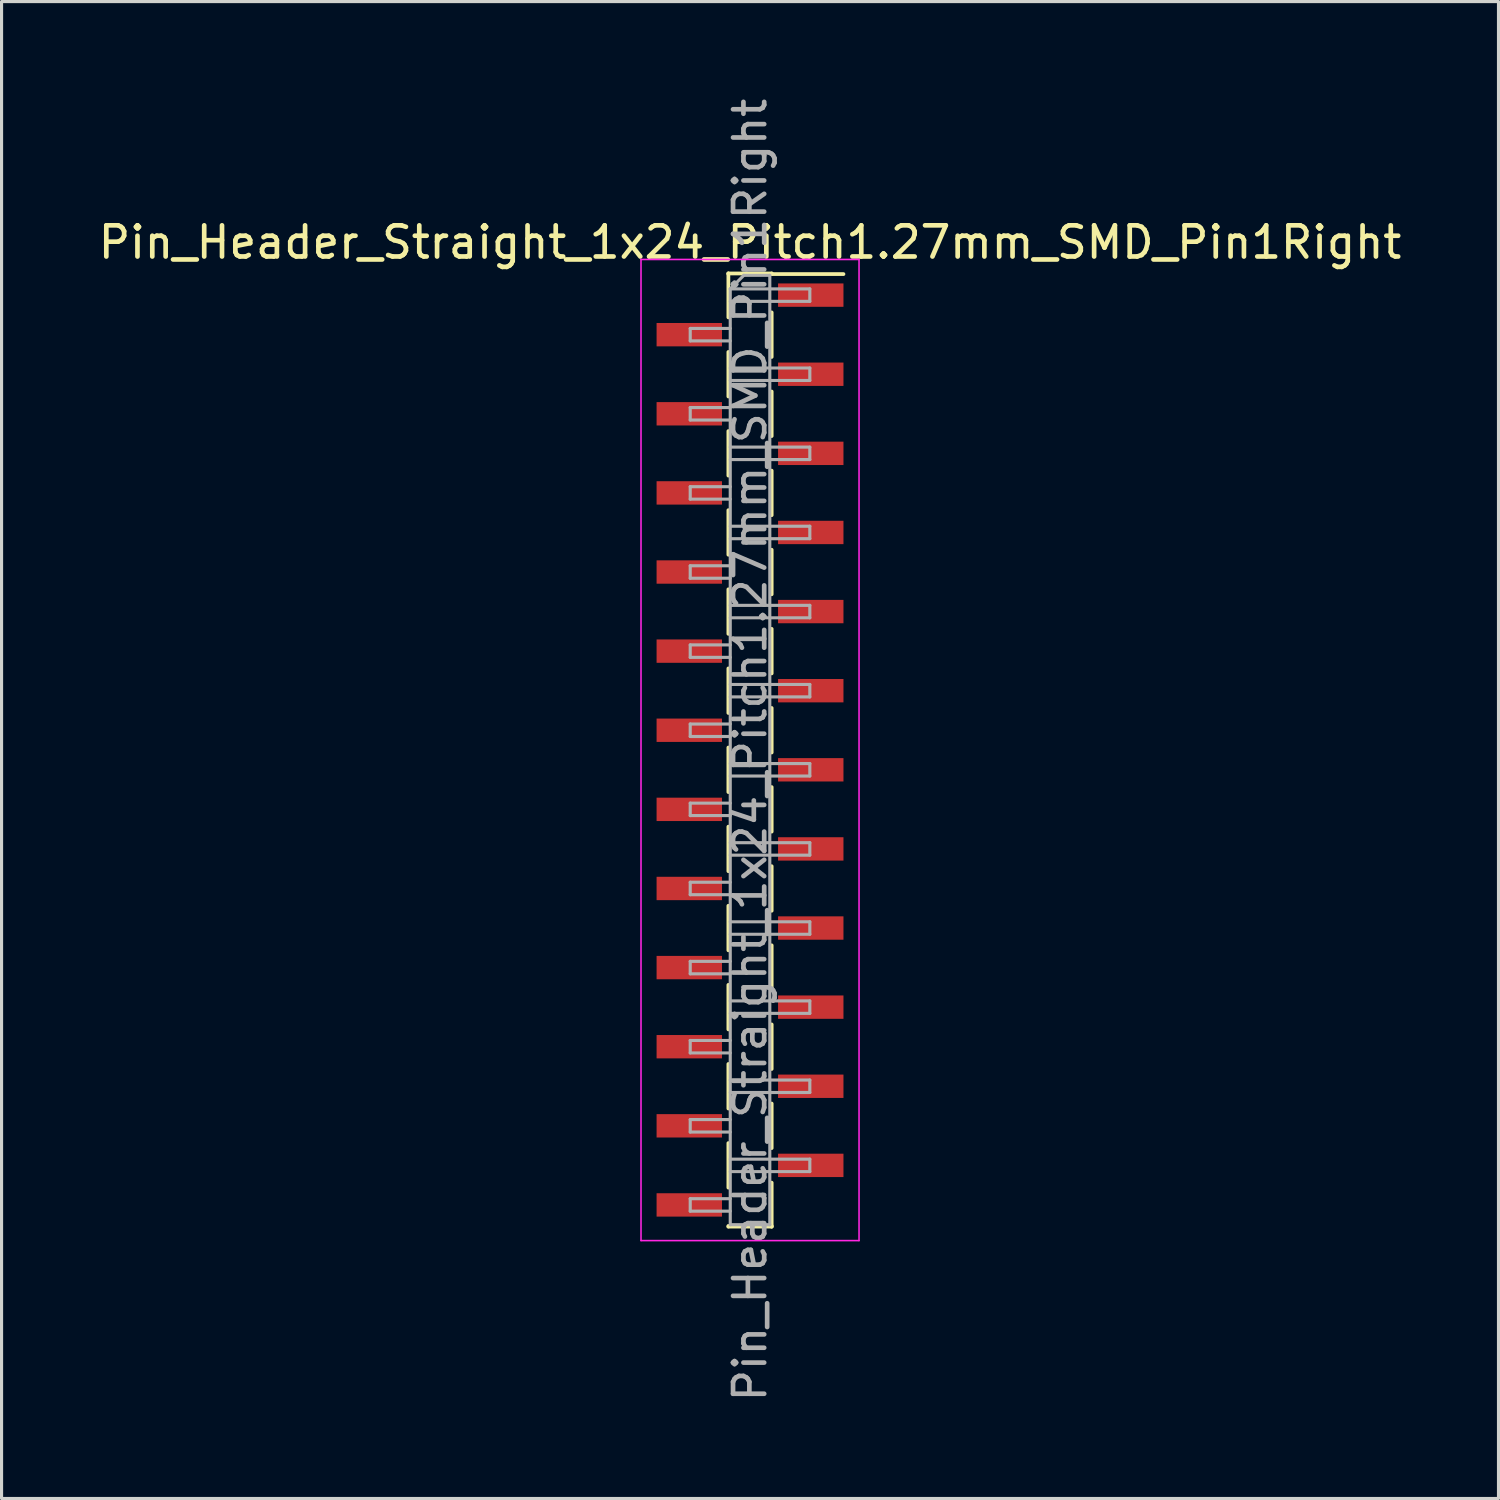
<source format=kicad_pcb>
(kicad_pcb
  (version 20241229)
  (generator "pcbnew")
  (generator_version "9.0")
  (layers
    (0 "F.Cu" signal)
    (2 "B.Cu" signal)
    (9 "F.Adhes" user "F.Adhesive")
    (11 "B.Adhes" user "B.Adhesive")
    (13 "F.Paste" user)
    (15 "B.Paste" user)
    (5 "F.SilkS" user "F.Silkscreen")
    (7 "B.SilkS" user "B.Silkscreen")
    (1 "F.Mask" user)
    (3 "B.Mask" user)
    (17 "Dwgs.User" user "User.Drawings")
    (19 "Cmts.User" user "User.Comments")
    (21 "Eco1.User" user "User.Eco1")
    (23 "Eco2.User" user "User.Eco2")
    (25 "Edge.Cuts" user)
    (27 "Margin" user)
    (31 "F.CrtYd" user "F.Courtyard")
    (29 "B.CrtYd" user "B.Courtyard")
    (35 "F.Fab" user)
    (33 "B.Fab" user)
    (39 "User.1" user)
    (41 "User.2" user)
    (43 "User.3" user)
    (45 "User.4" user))
  (footprint "Pin_Header_Straight_1x24_Pitch1.27mm_SMD_Pin1Right"
    (layer "F.Cu")
    (at 21.03 21.03)
    (property "Reference" "Pin_Header_Straight_1x24_Pitch1.27mm_SMD_Pin1Right" (at 0 -16.3 0) (layer "F.SilkS") (effects (font (size 1 1) (thickness 0.15))))
    (attr smd)
    (fp_line (start -0.695 -15.3) (end -0.695 -13.89) (stroke (width 0.12) (type solid)) (layer "F.SilkS"))
    (fp_line (start -0.695 -15.3) (end 0.695 -15.3) (stroke (width 0.12) (type solid)) (layer "F.SilkS"))
    (fp_line (start -0.695 -15.28) (end -0.695 -15.3) (stroke (width 0.12) (type solid)) (layer "F.SilkS"))
    (fp_line (start -0.695 -12.78) (end -0.695 -11.35) (stroke (width 0.12) (type solid)) (layer "F.SilkS"))
    (fp_line (start -0.695 -10.24) (end -0.695 -8.81) (stroke (width 0.12) (type solid)) (layer "F.SilkS"))
    (fp_line (start -0.695 -7.7) (end -0.695 -6.27) (stroke (width 0.12) (type solid)) (layer "F.SilkS"))
    (fp_line (start -0.695 -5.16) (end -0.695 -3.73) (stroke (width 0.12) (type solid)) (layer "F.SilkS"))
    (fp_line (start -0.695 -2.62) (end -0.695 -1.19) (stroke (width 0.12) (type solid)) (layer "F.SilkS"))
    (fp_line (start -0.695 -0.08) (end -0.695 1.35) (stroke (width 0.12) (type solid)) (layer "F.SilkS"))
    (fp_line (start -0.695 2.46) (end -0.695 3.89) (stroke (width 0.12) (type solid)) (layer "F.SilkS"))
    (fp_line (start -0.695 5) (end -0.695 6.43) (stroke (width 0.12) (type solid)) (layer "F.SilkS"))
    (fp_line (start -0.695 7.54) (end -0.695 8.97) (stroke (width 0.12) (type solid)) (layer "F.SilkS"))
    (fp_line (start -0.695 10.08) (end -0.695 11.51) (stroke (width 0.12) (type solid)) (layer "F.SilkS"))
    (fp_line (start -0.695 12.62) (end -0.695 14.05) (stroke (width 0.12) (type solid)) (layer "F.SilkS"))
    (fp_line (start -0.695 15.28) (end -0.695 15.3) (stroke (width 0.12) (type solid)) (layer "F.SilkS"))
    (fp_line (start -0.695 15.3) (end 0.695 15.3) (stroke (width 0.12) (type solid)) (layer "F.SilkS"))
    (fp_line (start 0.695 -15.3) (end 0.695 -15.28) (stroke (width 0.12) (type solid)) (layer "F.SilkS"))
    (fp_line (start 0.695 -15.28) (end 3 -15.28) (stroke (width 0.12) (type solid)) (layer "F.SilkS"))
    (fp_line (start 0.695 -14.05) (end 0.695 -12.62) (stroke (width 0.12) (type solid)) (layer "F.SilkS"))
    (fp_line (start 0.695 -11.51) (end 0.695 -10.08) (stroke (width 0.12) (type solid)) (layer "F.SilkS"))
    (fp_line (start 0.695 -8.97) (end 0.695 -7.54) (stroke (width 0.12) (type solid)) (layer "F.SilkS"))
    (fp_line (start 0.695 -6.43) (end 0.695 -5) (stroke (width 0.12) (type solid)) (layer "F.SilkS"))
    (fp_line (start 0.695 -3.89) (end 0.695 -2.46) (stroke (width 0.12) (type solid)) (layer "F.SilkS"))
    (fp_line (start 0.695 -1.35) (end 0.695 0.08) (stroke (width 0.12) (type solid)) (layer "F.SilkS"))
    (fp_line (start 0.695 1.19) (end 0.695 2.62) (stroke (width 0.12) (type solid)) (layer "F.SilkS"))
    (fp_line (start 0.695 3.73) (end 0.695 5.16) (stroke (width 0.12) (type solid)) (layer "F.SilkS"))
    (fp_line (start 0.695 6.27) (end 0.695 7.7) (stroke (width 0.12) (type solid)) (layer "F.SilkS"))
    (fp_line (start 0.695 8.81) (end 0.695 10.24) (stroke (width 0.12) (type solid)) (layer "F.SilkS"))
    (fp_line (start 0.695 11.35) (end 0.695 12.78) (stroke (width 0.12) (type solid)) (layer "F.SilkS"))
    (fp_line (start 0.695 13.89) (end 0.695 15.3) (stroke (width 0.12) (type solid)) (layer "F.SilkS"))
    (fp_line (start 0.695 15.3) (end 0.695 15.28) (stroke (width 0.12) (type solid)) (layer "F.SilkS"))
    (fp_line (start -3.5 -15.75) (end -3.5 15.75) (stroke (width 0.05) (type solid)) (layer "F.CrtYd"))
    (fp_line (start -3.5 15.75) (end 3.5 15.75) (stroke (width 0.05) (type solid)) (layer "F.CrtYd"))
    (fp_line (start 3.5 -15.75) (end -3.5 -15.75) (stroke (width 0.05) (type solid)) (layer "F.CrtYd"))
    (fp_line (start 3.5 15.75) (end 3.5 -15.75) (stroke (width 0.05) (type solid)) (layer "F.CrtYd"))
    (fp_line (start -1.92 -13.535) (end -1.92 -13.135) (stroke (width 0.1) (type solid)) (layer "F.Fab"))
    (fp_line (start -1.92 -13.135) (end -0.635 -13.135) (stroke (width 0.1) (type solid)) (layer "F.Fab"))
    (fp_line (start -1.92 -10.995) (end -1.92 -10.595) (stroke (width 0.1) (type solid)) (layer "F.Fab"))
    (fp_line (start -1.92 -10.595) (end -0.635 -10.595) (stroke (width 0.1) (type solid)) (layer "F.Fab"))
    (fp_line (start -1.92 -8.455) (end -1.92 -8.055) (stroke (width 0.1) (type solid)) (layer "F.Fab"))
    (fp_line (start -1.92 -8.055) (end -0.635 -8.055) (stroke (width 0.1) (type solid)) (layer "F.Fab"))
    (fp_line (start -1.92 -5.915) (end -1.92 -5.515) (stroke (width 0.1) (type solid)) (layer "F.Fab"))
    (fp_line (start -1.92 -5.515) (end -0.635 -5.515) (stroke (width 0.1) (type solid)) (layer "F.Fab"))
    (fp_line (start -1.92 -3.375) (end -1.92 -2.975) (stroke (width 0.1) (type solid)) (layer "F.Fab"))
    (fp_line (start -1.92 -2.975) (end -0.635 -2.975) (stroke (width 0.1) (type solid)) (layer "F.Fab"))
    (fp_line (start -1.92 -0.835) (end -1.92 -0.435) (stroke (width 0.1) (type solid)) (layer "F.Fab"))
    (fp_line (start -1.92 -0.435) (end -0.635 -0.435) (stroke (width 0.1) (type solid)) (layer "F.Fab"))
    (fp_line (start -1.92 1.705) (end -1.92 2.105) (stroke (width 0.1) (type solid)) (layer "F.Fab"))
    (fp_line (start -1.92 2.105) (end -0.635 2.105) (stroke (width 0.1) (type solid)) (layer "F.Fab"))
    (fp_line (start -1.92 4.245) (end -1.92 4.645) (stroke (width 0.1) (type solid)) (layer "F.Fab"))
    (fp_line (start -1.92 4.645) (end -0.635 4.645) (stroke (width 0.1) (type solid)) (layer "F.Fab"))
    (fp_line (start -1.92 6.785) (end -1.92 7.185) (stroke (width 0.1) (type solid)) (layer "F.Fab"))
    (fp_line (start -1.92 7.185) (end -0.635 7.185) (stroke (width 0.1) (type solid)) (layer "F.Fab"))
    (fp_line (start -1.92 9.325) (end -1.92 9.725) (stroke (width 0.1) (type solid)) (layer "F.Fab"))
    (fp_line (start -1.92 9.725) (end -0.635 9.725) (stroke (width 0.1) (type solid)) (layer "F.Fab"))
    (fp_line (start -1.92 11.865) (end -1.92 12.265) (stroke (width 0.1) (type solid)) (layer "F.Fab"))
    (fp_line (start -1.92 12.265) (end -0.635 12.265) (stroke (width 0.1) (type solid)) (layer "F.Fab"))
    (fp_line (start -1.92 14.405) (end -1.92 14.805) (stroke (width 0.1) (type solid)) (layer "F.Fab"))
    (fp_line (start -1.92 14.805) (end -0.635 14.805) (stroke (width 0.1) (type solid)) (layer "F.Fab"))
    (fp_line (start -0.635 -14.805) (end -0.2 -15.24) (stroke (width 0.1) (type solid)) (layer "F.Fab"))
    (fp_line (start -0.635 -14.805) (end 1.92 -14.805) (stroke (width 0.1) (type solid)) (layer "F.Fab"))
    (fp_line (start -0.635 -13.535) (end -1.92 -13.535) (stroke (width 0.1) (type solid)) (layer "F.Fab"))
    (fp_line (start -0.635 -12.265) (end 1.92 -12.265) (stroke (width 0.1) (type solid)) (layer "F.Fab"))
    (fp_line (start -0.635 -10.995) (end -1.92 -10.995) (stroke (width 0.1) (type solid)) (layer "F.Fab"))
    (fp_line (start -0.635 -9.725) (end 1.92 -9.725) (stroke (width 0.1) (type solid)) (layer "F.Fab"))
    (fp_line (start -0.635 -8.455) (end -1.92 -8.455) (stroke (width 0.1) (type solid)) (layer "F.Fab"))
    (fp_line (start -0.635 -7.185) (end 1.92 -7.185) (stroke (width 0.1) (type solid)) (layer "F.Fab"))
    (fp_line (start -0.635 -5.915) (end -1.92 -5.915) (stroke (width 0.1) (type solid)) (layer "F.Fab"))
    (fp_line (start -0.635 -4.645) (end 1.92 -4.645) (stroke (width 0.1) (type solid)) (layer "F.Fab"))
    (fp_line (start -0.635 -3.375) (end -1.92 -3.375) (stroke (width 0.1) (type solid)) (layer "F.Fab"))
    (fp_line (start -0.635 -2.105) (end 1.92 -2.105) (stroke (width 0.1) (type solid)) (layer "F.Fab"))
    (fp_line (start -0.635 -0.835) (end -1.92 -0.835) (stroke (width 0.1) (type solid)) (layer "F.Fab"))
    (fp_line (start -0.635 0.435) (end 1.92 0.435) (stroke (width 0.1) (type solid)) (layer "F.Fab"))
    (fp_line (start -0.635 1.705) (end -1.92 1.705) (stroke (width 0.1) (type solid)) (layer "F.Fab"))
    (fp_line (start -0.635 2.975) (end 1.92 2.975) (stroke (width 0.1) (type solid)) (layer "F.Fab"))
    (fp_line (start -0.635 4.245) (end -1.92 4.245) (stroke (width 0.1) (type solid)) (layer "F.Fab"))
    (fp_line (start -0.635 5.515) (end 1.92 5.515) (stroke (width 0.1) (type solid)) (layer "F.Fab"))
    (fp_line (start -0.635 6.785) (end -1.92 6.785) (stroke (width 0.1) (type solid)) (layer "F.Fab"))
    (fp_line (start -0.635 8.055) (end 1.92 8.055) (stroke (width 0.1) (type solid)) (layer "F.Fab"))
    (fp_line (start -0.635 9.325) (end -1.92 9.325) (stroke (width 0.1) (type solid)) (layer "F.Fab"))
    (fp_line (start -0.635 10.595) (end 1.92 10.595) (stroke (width 0.1) (type solid)) (layer "F.Fab"))
    (fp_line (start -0.635 11.865) (end -1.92 11.865) (stroke (width 0.1) (type solid)) (layer "F.Fab"))
    (fp_line (start -0.635 13.135) (end 1.92 13.135) (stroke (width 0.1) (type solid)) (layer "F.Fab"))
    (fp_line (start -0.635 14.405) (end -1.92 14.405) (stroke (width 0.1) (type solid)) (layer "F.Fab"))
    (fp_line (start -0.635 15.24) (end -0.635 -14.805) (stroke (width 0.1) (type solid)) (layer "F.Fab"))
    (fp_line (start -0.2 -15.24) (end 0.635 -15.24) (stroke (width 0.1) (type solid)) (layer "F.Fab"))
    (fp_line (start 0.635 -15.24) (end 0.635 15.24) (stroke (width 0.1) (type solid)) (layer "F.Fab"))
    (fp_line (start 0.635 15.24) (end -0.635 15.24) (stroke (width 0.1) (type solid)) (layer "F.Fab"))
    (fp_line (start 1.92 -14.805) (end 1.92 -14.405) (stroke (width 0.1) (type solid)) (layer "F.Fab"))
    (fp_line (start 1.92 -14.405) (end -0.635 -14.405) (stroke (width 0.1) (type solid)) (layer "F.Fab"))
    (fp_line (start 1.92 -12.265) (end 1.92 -11.865) (stroke (width 0.1) (type solid)) (layer "F.Fab"))
    (fp_line (start 1.92 -11.865) (end -0.635 -11.865) (stroke (width 0.1) (type solid)) (layer "F.Fab"))
    (fp_line (start 1.92 -9.725) (end 1.92 -9.325) (stroke (width 0.1) (type solid)) (layer "F.Fab"))
    (fp_line (start 1.92 -9.325) (end -0.635 -9.325) (stroke (width 0.1) (type solid)) (layer "F.Fab"))
    (fp_line (start 1.92 -7.185) (end 1.92 -6.785) (stroke (width 0.1) (type solid)) (layer "F.Fab"))
    (fp_line (start 1.92 -6.785) (end -0.635 -6.785) (stroke (width 0.1) (type solid)) (layer "F.Fab"))
    (fp_line (start 1.92 -4.645) (end 1.92 -4.245) (stroke (width 0.1) (type solid)) (layer "F.Fab"))
    (fp_line (start 1.92 -4.245) (end -0.635 -4.245) (stroke (width 0.1) (type solid)) (layer "F.Fab"))
    (fp_line (start 1.92 -2.105) (end 1.92 -1.705) (stroke (width 0.1) (type solid)) (layer "F.Fab"))
    (fp_line (start 1.92 -1.705) (end -0.635 -1.705) (stroke (width 0.1) (type solid)) (layer "F.Fab"))
    (fp_line (start 1.92 0.435) (end 1.92 0.835) (stroke (width 0.1) (type solid)) (layer "F.Fab"))
    (fp_line (start 1.92 0.835) (end -0.635 0.835) (stroke (width 0.1) (type solid)) (layer "F.Fab"))
    (fp_line (start 1.92 2.975) (end 1.92 3.375) (stroke (width 0.1) (type solid)) (layer "F.Fab"))
    (fp_line (start 1.92 3.375) (end -0.635 3.375) (stroke (width 0.1) (type solid)) (layer "F.Fab"))
    (fp_line (start 1.92 5.515) (end 1.92 5.915) (stroke (width 0.1) (type solid)) (layer "F.Fab"))
    (fp_line (start 1.92 5.915) (end -0.635 5.915) (stroke (width 0.1) (type solid)) (layer "F.Fab"))
    (fp_line (start 1.92 8.055) (end 1.92 8.455) (stroke (width 0.1) (type solid)) (layer "F.Fab"))
    (fp_line (start 1.92 8.455) (end -0.635 8.455) (stroke (width 0.1) (type solid)) (layer "F.Fab"))
    (fp_line (start 1.92 10.595) (end 1.92 10.995) (stroke (width 0.1) (type solid)) (layer "F.Fab"))
    (fp_line (start 1.92 10.995) (end -0.635 10.995) (stroke (width 0.1) (type solid)) (layer "F.Fab"))
    (fp_line (start 1.92 13.135) (end 1.92 13.535) (stroke (width 0.1) (type solid)) (layer "F.Fab"))
    (fp_line (start 1.92 13.535) (end -0.635 13.535) (stroke (width 0.1) (type solid)) (layer "F.Fab"))
    (fp_text user "${REFERENCE}" (at 0 0 90) (layer "F.Fab") (effects (font (size 1 1) (thickness 0.15))))
    (pad "1" smd rect (at 1.95 -14.605) (size 2.1 0.75) (layers "F.Cu" "F.Mask"))
    (pad "2" smd rect (at -1.95 -13.335) (size 2.1 0.75) (layers "F.Cu" "F.Mask"))
    (pad "3" smd rect (at 1.95 -12.065) (size 2.1 0.75) (layers "F.Cu" "F.Mask"))
    (pad "4" smd rect (at -1.95 -10.795) (size 2.1 0.75) (layers "F.Cu" "F.Mask"))
    (pad "5" smd rect (at 1.95 -9.525) (size 2.1 0.75) (layers "F.Cu" "F.Mask"))
    (pad "6" smd rect (at -1.95 -8.255) (size 2.1 0.75) (layers "F.Cu" "F.Mask"))
    (pad "7" smd rect (at 1.95 -6.985) (size 2.1 0.75) (layers "F.Cu" "F.Mask"))
    (pad "8" smd rect (at -1.95 -5.715) (size 2.1 0.75) (layers "F.Cu" "F.Mask"))
    (pad "9" smd rect (at 1.95 -4.445) (size 2.1 0.75) (layers "F.Cu" "F.Mask"))
    (pad "10" smd rect (at -1.95 -3.175) (size 2.1 0.75) (layers "F.Cu" "F.Mask"))
    (pad "11" smd rect (at 1.95 -1.905) (size 2.1 0.75) (layers "F.Cu" "F.Mask"))
    (pad "12" smd rect (at -1.95 -0.635) (size 2.1 0.75) (layers "F.Cu" "F.Mask"))
    (pad "13" smd rect (at 1.95 0.635) (size 2.1 0.75) (layers "F.Cu" "F.Mask"))
    (pad "14" smd rect (at -1.95 1.905) (size 2.1 0.75) (layers "F.Cu" "F.Mask"))
    (pad "15" smd rect (at 1.95 3.175) (size 2.1 0.75) (layers "F.Cu" "F.Mask"))
    (pad "16" smd rect (at -1.95 4.445) (size 2.1 0.75) (layers "F.Cu" "F.Mask"))
    (pad "17" smd rect (at 1.95 5.715) (size 2.1 0.75) (layers "F.Cu" "F.Mask"))
    (pad "18" smd rect (at -1.95 6.985) (size 2.1 0.75) (layers "F.Cu" "F.Mask"))
    (pad "19" smd rect (at 1.95 8.255) (size 2.1 0.75) (layers "F.Cu" "F.Mask"))
    (pad "20" smd rect (at -1.95 9.525) (size 2.1 0.75) (layers "F.Cu" "F.Mask"))
    (pad "21" smd rect (at 1.95 10.795) (size 2.1 0.75) (layers "F.Cu" "F.Mask"))
    (pad "22" smd rect (at -1.95 12.065) (size 2.1 0.75) (layers "F.Cu" "F.Mask"))
    (pad "23" smd rect (at 1.95 13.335) (size 2.1 0.75) (layers "F.Cu" "F.Mask"))
    (pad "24" smd rect (at -1.95 14.605) (size 2.1 0.75) (layers "F.Cu" "F.Mask")))
  (gr_rect
    (start -3 -3)
    (end 45.06 45.06)
    (stroke (width 0.1) (type default))
    (fill no)
    (layer "Edge.Cuts")))
</source>
